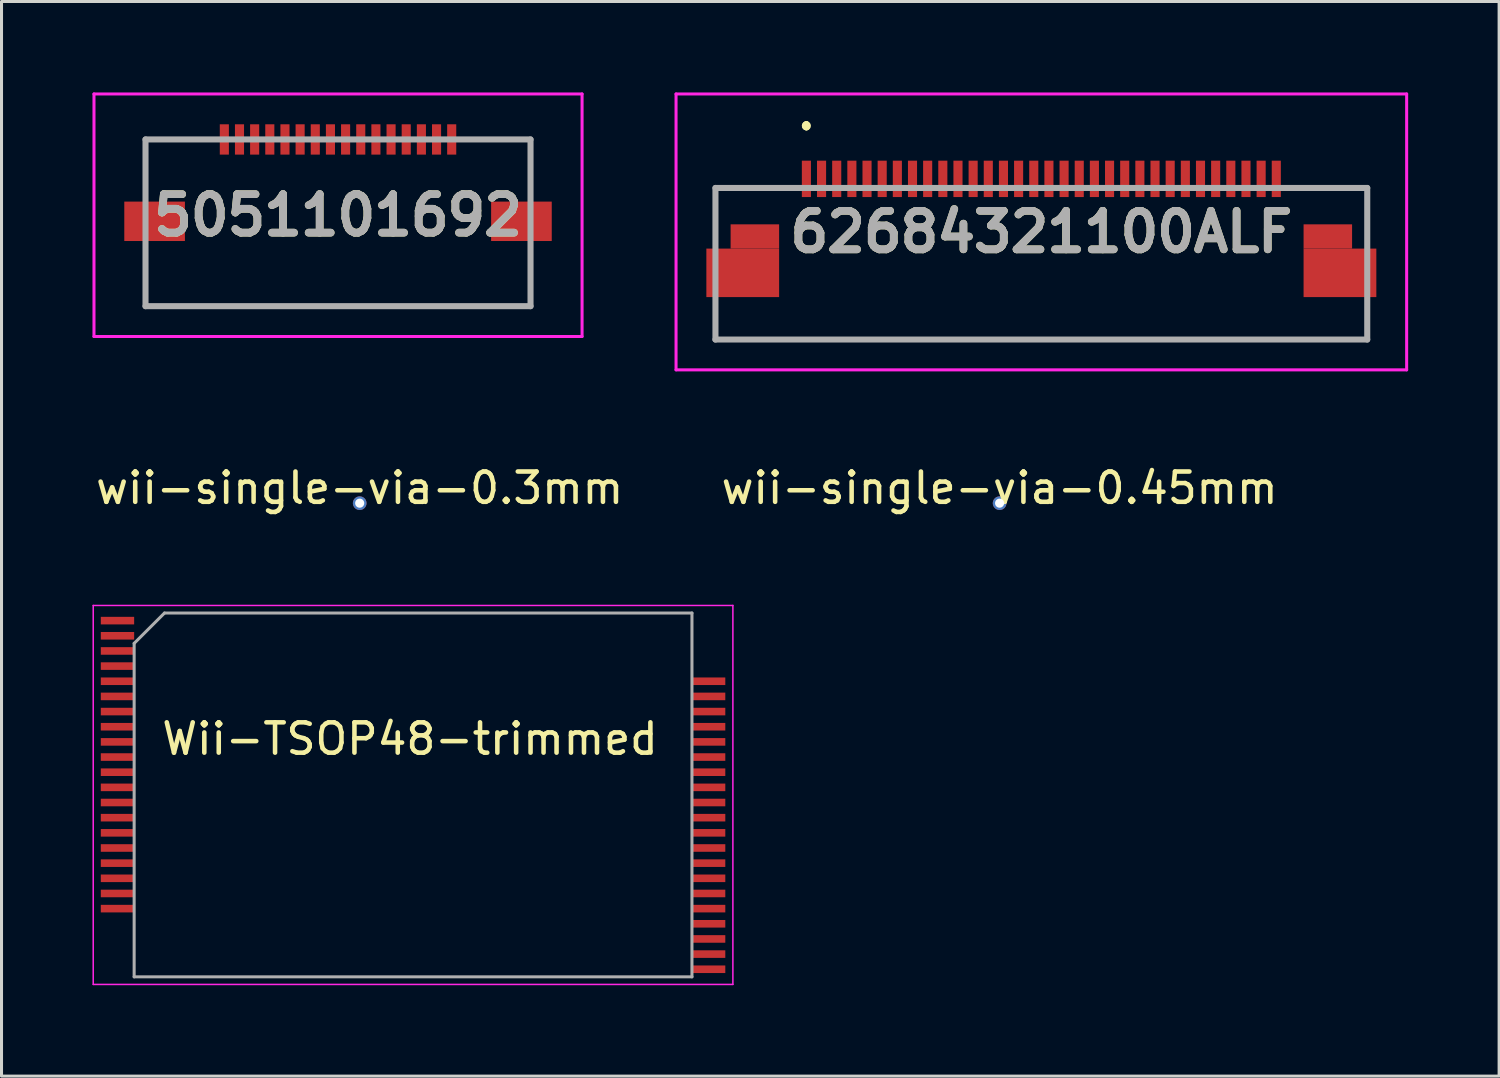
<source format=kicad_pcb>
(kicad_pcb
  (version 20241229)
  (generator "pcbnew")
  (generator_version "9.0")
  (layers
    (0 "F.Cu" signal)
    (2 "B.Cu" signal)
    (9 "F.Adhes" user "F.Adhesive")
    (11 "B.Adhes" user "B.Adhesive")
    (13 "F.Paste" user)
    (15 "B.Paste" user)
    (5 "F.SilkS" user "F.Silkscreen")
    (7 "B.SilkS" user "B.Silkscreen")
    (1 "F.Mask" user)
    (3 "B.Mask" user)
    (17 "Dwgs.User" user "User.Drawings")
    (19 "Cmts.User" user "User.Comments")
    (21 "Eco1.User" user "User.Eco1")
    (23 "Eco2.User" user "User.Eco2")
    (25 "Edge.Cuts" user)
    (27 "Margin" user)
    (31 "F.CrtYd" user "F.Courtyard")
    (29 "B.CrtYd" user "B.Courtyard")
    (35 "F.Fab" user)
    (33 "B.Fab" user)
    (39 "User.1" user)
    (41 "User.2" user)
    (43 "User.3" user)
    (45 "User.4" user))
  (footprint "62684321100ALF"
    (layer "F.Cu")
    (at 31.3 4.6)
    (property "Reference" "62684321100ALF" (at 0 0 0) (layer "F.SilkS") (effects (font (size 1.27 1.27) (thickness 0.254))))
    (attr smd)
    (fp_line (start -10.75 -1.45) (end -10.75 -1.45) (stroke (width 0.1) (type solid)) (layer "F.SilkS"))
    (fp_line (start -10.75 -1.45) (end -10.75 -1.45) (stroke (width 0.1) (type solid)) (layer "F.SilkS"))
    (fp_line (start -10.75 -1.45) (end -10.75 -0.15) (stroke (width 0.1) (type solid)) (layer "F.SilkS"))
    (fp_line (start -10.75 -1.45) (end -8.5 -1.45) (stroke (width 0.1) (type solid)) (layer "F.SilkS"))
    (fp_line (start -10.75 -0.15) (end -10.75 -1.45) (stroke (width 0.1) (type solid)) (layer "F.SilkS"))
    (fp_line (start -10.75 -0.15) (end -10.75 -0.15) (stroke (width 0.1) (type solid)) (layer "F.SilkS"))
    (fp_line (start -10.75 2.85) (end -10.75 2.85) (stroke (width 0.1) (type solid)) (layer "F.SilkS"))
    (fp_line (start -10.75 2.85) (end -10.75 3.55) (stroke (width 0.1) (type solid)) (layer "F.SilkS"))
    (fp_line (start -10.75 3.55) (end -10.75 2.85) (stroke (width 0.1) (type solid)) (layer "F.SilkS"))
    (fp_line (start -10.75 3.55) (end -10.75 3.55) (stroke (width 0.1) (type solid)) (layer "F.SilkS"))
    (fp_line (start -10.75 3.55) (end -10.75 3.55) (stroke (width 0.1) (type solid)) (layer "F.SilkS"))
    (fp_line (start -10.75 3.55) (end 10.75 3.55) (stroke (width 0.1) (type solid)) (layer "F.SilkS"))
    (fp_line (start -8.5 -1.45) (end -10.75 -1.45) (stroke (width 0.1) (type solid)) (layer "F.SilkS"))
    (fp_line (start -8.5 -1.45) (end -8.5 -1.45) (stroke (width 0.1) (type solid)) (layer "F.SilkS"))
    (fp_line (start -7.75 -3.55) (end -7.75 -3.55) (stroke (width 0.2) (type solid)) (layer "F.SilkS"))
    (fp_line (start -7.75 -3.55) (end -7.75 -3.55) (stroke (width 0.2) (type solid)) (layer "F.SilkS"))
    (fp_line (start -7.75 -3.45) (end -7.75 -3.45) (stroke (width 0.2) (type solid)) (layer "F.SilkS"))
    (fp_line (start 8.5 -1.45) (end 8.5 -1.45) (stroke (width 0.1) (type solid)) (layer "F.SilkS"))
    (fp_line (start 8.5 -1.45) (end 10.75 -1.45) (stroke (width 0.1) (type solid)) (layer "F.SilkS"))
    (fp_line (start 10.75 -1.45) (end 8.5 -1.45) (stroke (width 0.1) (type solid)) (layer "F.SilkS"))
    (fp_line (start 10.75 -1.45) (end 10.75 -1.45) (stroke (width 0.1) (type solid)) (layer "F.SilkS"))
    (fp_line (start 10.75 -1.45) (end 10.75 -1.45) (stroke (width 0.1) (type solid)) (layer "F.SilkS"))
    (fp_line (start 10.75 -1.45) (end 10.75 -0.15) (stroke (width 0.1) (type solid)) (layer "F.SilkS"))
    (fp_line (start 10.75 -0.15) (end 10.75 -1.45) (stroke (width 0.1) (type solid)) (layer "F.SilkS"))
    (fp_line (start 10.75 -0.15) (end 10.75 -0.15) (stroke (width 0.1) (type solid)) (layer "F.SilkS"))
    (fp_line (start 10.75 2.85) (end 10.75 2.85) (stroke (width 0.1) (type solid)) (layer "F.SilkS"))
    (fp_line (start 10.75 2.85) (end 10.75 3.55) (stroke (width 0.1) (type solid)) (layer "F.SilkS"))
    (fp_line (start 10.75 3.55) (end -10.75 3.55) (stroke (width 0.1) (type solid)) (layer "F.SilkS"))
    (fp_line (start 10.75 3.55) (end 10.75 2.85) (stroke (width 0.1) (type solid)) (layer "F.SilkS"))
    (fp_line (start 10.75 3.55) (end 10.75 3.55) (stroke (width 0.1) (type solid)) (layer "F.SilkS"))
    (fp_line (start 10.75 3.55) (end 10.75 3.55) (stroke (width 0.1) (type solid)) (layer "F.SilkS"))
    (fp_arc (start -7.75 -3.55) (mid -7.7 -3.5) (end -7.75 -3.45) (stroke (width 0.2) (type solid)) (layer "F.SilkS"))
    (fp_arc (start -7.75 -3.45) (mid -7.8 -3.5) (end -7.75 -3.55) (stroke (width 0.2) (type solid)) (layer "F.SilkS"))
    (fp_arc (start -7.75 -3.45) (mid -7.8 -3.5) (end -7.75 -3.55) (stroke (width 0.2) (type solid)) (layer "F.SilkS"))
    (fp_line (start -12.05 -4.55) (end 12.05 -4.55) (stroke (width 0.1) (type solid)) (layer "F.CrtYd"))
    (fp_line (start -12.05 4.55) (end -12.05 -4.55) (stroke (width 0.1) (type solid)) (layer "F.CrtYd"))
    (fp_line (start 12.05 -4.55) (end 12.05 4.55) (stroke (width 0.1) (type solid)) (layer "F.CrtYd"))
    (fp_line (start 12.05 4.55) (end -12.05 4.55) (stroke (width 0.1) (type solid)) (layer "F.CrtYd"))
    (fp_line (start -10.75 -1.45) (end -10.75 3.55) (stroke (width 0.2) (type solid)) (layer "F.Fab"))
    (fp_line (start -10.75 3.55) (end 10.75 3.55) (stroke (width 0.2) (type solid)) (layer "F.Fab"))
    (fp_line (start 10.75 -1.45) (end -10.75 -1.45) (stroke (width 0.2) (type solid)) (layer "F.Fab"))
    (fp_line (start 10.75 3.55) (end 10.75 -1.45) (stroke (width 0.2) (type solid)) (layer "F.Fab"))
    (fp_text user "${REFERENCE}" (at 0 0 0) (layer "F.Fab") (effects (font (size 1.27 1.27) (thickness 0.254))))
    (pad "1" smd rect (at -7.75 -1.75) (size 0.3 1.2) (layers "F.Cu" "F.Mask" "F.Paste"))
    (pad "2" smd rect (at -7.25 -1.75) (size 0.3 1.2) (layers "F.Cu" "F.Mask" "F.Paste"))
    (pad "3" smd rect (at -6.75 -1.75) (size 0.3 1.2) (layers "F.Cu" "F.Mask" "F.Paste"))
    (pad "4" smd rect (at -6.25 -1.75) (size 0.3 1.2) (layers "F.Cu" "F.Mask" "F.Paste"))
    (pad "5" smd rect (at -5.75 -1.75) (size 0.3 1.2) (layers "F.Cu" "F.Mask" "F.Paste"))
    (pad "6" smd rect (at -5.25 -1.75) (size 0.3 1.2) (layers "F.Cu" "F.Mask" "F.Paste"))
    (pad "7" smd rect (at -4.75 -1.75) (size 0.3 1.2) (layers "F.Cu" "F.Mask" "F.Paste"))
    (pad "8" smd rect (at -4.25 -1.75) (size 0.3 1.2) (layers "F.Cu" "F.Mask" "F.Paste"))
    (pad "9" smd rect (at -3.75 -1.75) (size 0.3 1.2) (layers "F.Cu" "F.Mask" "F.Paste"))
    (pad "10" smd rect (at -3.25 -1.75) (size 0.3 1.2) (layers "F.Cu" "F.Mask" "F.Paste"))
    (pad "11" smd rect (at -2.75 -1.75) (size 0.3 1.2) (layers "F.Cu" "F.Mask" "F.Paste"))
    (pad "12" smd rect (at -2.25 -1.75) (size 0.3 1.2) (layers "F.Cu" "F.Mask" "F.Paste"))
    (pad "13" smd rect (at -1.75 -1.75) (size 0.3 1.2) (layers "F.Cu" "F.Mask" "F.Paste"))
    (pad "14" smd rect (at -1.25 -1.75) (size 0.3 1.2) (layers "F.Cu" "F.Mask" "F.Paste"))
    (pad "15" smd rect (at -0.75 -1.75) (size 0.3 1.2) (layers "F.Cu" "F.Mask" "F.Paste"))
    (pad "16" smd rect (at -0.25 -1.75) (size 0.3 1.2) (layers "F.Cu" "F.Mask" "F.Paste"))
    (pad "17" smd rect (at 0.25 -1.75) (size 0.3 1.2) (layers "F.Cu" "F.Mask" "F.Paste"))
    (pad "18" smd rect (at 0.75 -1.75) (size 0.3 1.2) (layers "F.Cu" "F.Mask" "F.Paste"))
    (pad "19" smd rect (at 1.25 -1.75) (size 0.3 1.2) (layers "F.Cu" "F.Mask" "F.Paste"))
    (pad "20" smd rect (at 1.75 -1.75) (size 0.3 1.2) (layers "F.Cu" "F.Mask" "F.Paste"))
    (pad "21" smd rect (at 2.25 -1.75) (size 0.3 1.2) (layers "F.Cu" "F.Mask" "F.Paste"))
    (pad "22" smd rect (at 2.75 -1.75) (size 0.3 1.2) (layers "F.Cu" "F.Mask" "F.Paste"))
    (pad "23" smd rect (at 3.25 -1.75) (size 0.3 1.2) (layers "F.Cu" "F.Mask" "F.Paste"))
    (pad "24" smd rect (at 3.75 -1.75) (size 0.3 1.2) (layers "F.Cu" "F.Mask" "F.Paste"))
    (pad "25" smd rect (at 4.25 -1.75) (size 0.3 1.2) (layers "F.Cu" "F.Mask" "F.Paste"))
    (pad "26" smd rect (at 4.75 -1.75) (size 0.3 1.2) (layers "F.Cu" "F.Mask" "F.Paste"))
    (pad "27" smd rect (at 5.25 -1.75) (size 0.3 1.2) (layers "F.Cu" "F.Mask" "F.Paste"))
    (pad "28" smd rect (at 5.75 -1.75) (size 0.3 1.2) (layers "F.Cu" "F.Mask" "F.Paste"))
    (pad "29" smd rect (at 6.25 -1.75) (size 0.3 1.2) (layers "F.Cu" "F.Mask" "F.Paste"))
    (pad "30" smd rect (at 6.75 -1.75) (size 0.3 1.2) (layers "F.Cu" "F.Mask" "F.Paste"))
    (pad "31" smd rect (at 7.25 -1.75) (size 0.3 1.2) (layers "F.Cu" "F.Mask" "F.Paste"))
    (pad "32" smd rect (at 7.75 -1.75) (size 0.3 1.2) (layers "F.Cu" "F.Mask" "F.Paste"))
    (pad "MP1" smd rect (at -9.85 1.35 90) (size 1.6 2.4) (layers "F.Cu" "F.Mask" "F.Paste"))
    (pad "MP2" smd rect (at -9.45 0.15 90) (size 0.8 1.6) (layers "F.Cu" "F.Mask" "F.Paste"))
    (pad "MP3" smd rect (at 9.85 1.35 90) (size 1.6 2.4) (layers "F.Cu" "F.Mask" "F.Paste"))
    (pad "MP4" smd rect (at 9.45 0.15 90) (size 0.8 1.6) (layers "F.Cu" "F.Mask" "F.Paste")))
  (footprint "5051101692"
    (layer "F.Cu")
    (at 8.1 4.3)
    (property "Reference" "5051101692" (at 0 -0.25 0) (layer "F.SilkS") (effects (font (size 1.27 1.27) (thickness 0.254))))
    (attr smd)
    (fp_line (start -6.35 -2.75) (end -4.5 -2.75) (stroke (width 0.1) (type solid)) (layer "F.SilkS"))
    (fp_line (start -6.35 -1.5) (end -6.35 -2.75) (stroke (width 0.1) (type solid)) (layer "F.SilkS"))
    (fp_line (start -6.35 1.5) (end -6.35 2.75) (stroke (width 0.1) (type solid)) (layer "F.SilkS"))
    (fp_line (start -6.35 2.75) (end 6.35 2.75) (stroke (width 0.1) (type solid)) (layer "F.SilkS"))
    (fp_line (start 4.5 -2.75) (end 6.35 -2.75) (stroke (width 0.1) (type solid)) (layer "F.SilkS"))
    (fp_line (start 6.35 -2.75) (end 6.35 -1.5) (stroke (width 0.1) (type solid)) (layer "F.SilkS"))
    (fp_line (start 6.35 2.75) (end 6.35 1.5) (stroke (width 0.1) (type solid)) (layer "F.SilkS"))
    (fp_line (start -8.05 -4.25) (end 8.05 -4.25) (stroke (width 0.1) (type solid)) (layer "F.CrtYd"))
    (fp_line (start -8.05 3.75) (end -8.05 -4.25) (stroke (width 0.1) (type solid)) (layer "F.CrtYd"))
    (fp_line (start 8.05 -4.25) (end 8.05 3.75) (stroke (width 0.1) (type solid)) (layer "F.CrtYd"))
    (fp_line (start 8.05 3.75) (end -8.05 3.75) (stroke (width 0.1) (type solid)) (layer "F.CrtYd"))
    (fp_line (start -6.35 -2.75) (end 6.35 -2.75) (stroke (width 0.2) (type solid)) (layer "F.Fab"))
    (fp_line (start -6.35 2.75) (end -6.35 -2.75) (stroke (width 0.2) (type solid)) (layer "F.Fab"))
    (fp_line (start 6.35 -2.75) (end 6.35 2.75) (stroke (width 0.2) (type solid)) (layer "F.Fab"))
    (fp_line (start 6.35 2.75) (end -6.35 2.75) (stroke (width 0.2) (type solid)) (layer "F.Fab"))
    (fp_text user "${REFERENCE}" (at 0 -0.25 0) (layer "F.Fab") (effects (font (size 1.27 1.27) (thickness 0.254))))
    (pad "1" smd rect (at -3.75 -2.75) (size 0.3 1) (layers "F.Cu" "F.Mask" "F.Paste"))
    (pad "2" smd rect (at -3.25 -2.75) (size 0.3 1) (layers "F.Cu" "F.Mask" "F.Paste"))
    (pad "3" smd rect (at -2.75 -2.75) (size 0.3 1) (layers "F.Cu" "F.Mask" "F.Paste"))
    (pad "4" smd rect (at -2.25 -2.75) (size 0.3 1) (layers "F.Cu" "F.Mask" "F.Paste"))
    (pad "5" smd rect (at -1.75 -2.75) (size 0.3 1) (layers "F.Cu" "F.Mask" "F.Paste"))
    (pad "6" smd rect (at -1.25 -2.75) (size 0.3 1) (layers "F.Cu" "F.Mask" "F.Paste"))
    (pad "7" smd rect (at -0.75 -2.75) (size 0.3 1) (layers "F.Cu" "F.Mask" "F.Paste"))
    (pad "8" smd rect (at -0.25 -2.75) (size 0.3 1) (layers "F.Cu" "F.Mask" "F.Paste"))
    (pad "9" smd rect (at 0.25 -2.75) (size 0.3 1) (layers "F.Cu" "F.Mask" "F.Paste"))
    (pad "10" smd rect (at 0.75 -2.75) (size 0.3 1) (layers "F.Cu" "F.Mask" "F.Paste"))
    (pad "11" smd rect (at 1.25 -2.75) (size 0.3 1) (layers "F.Cu" "F.Mask" "F.Paste"))
    (pad "12" smd rect (at 1.75 -2.75) (size 0.3 1) (layers "F.Cu" "F.Mask" "F.Paste"))
    (pad "13" smd rect (at 2.25 -2.75) (size 0.3 1) (layers "F.Cu" "F.Mask" "F.Paste"))
    (pad "14" smd rect (at 2.75 -2.75) (size 0.3 1) (layers "F.Cu" "F.Mask" "F.Paste"))
    (pad "15" smd rect (at 3.25 -2.75) (size 0.3 1) (layers "F.Cu" "F.Mask" "F.Paste"))
    (pad "16" smd rect (at 3.75 -2.75) (size 0.3 1) (layers "F.Cu" "F.Mask" "F.Paste"))
    (pad "MP1" smd rect (at -6.05 -0.05 90) (size 1.3 2) (layers "F.Cu" "F.Mask" "F.Paste"))
    (pad "MP2" smd rect (at 6.05 -0.05 90) (size 1.3 2) (layers "F.Cu" "F.Mask" "F.Paste")))
  (footprint "wii-single-via-0.3mm"
    (layer "F.Cu")
    (at 8.815 13.548)
    (property "Reference" "wii-single-via-0.3mm" (at 0 -0.5 0) (unlocked yes) (layer "F.SilkS") (effects (font (size 1 1) (thickness 0.15))))
    (pad "1" thru_hole circle (at 0 0 270) (size 0.45 0.45) (drill 0.3) (layers "*.Cu" "*.Mask")))
  (footprint "Wii-TSOP48-trimmed"
    (layer "F.Cu")
    (at 10.575 23.172)
    (property "Reference" "Wii-TSOP48-trimmed" (at -0.1 -1.85 180) (layer "F.SilkS") (effects (font (size 1 1) (thickness 0.15))))
    (attr smd)
    (fp_line (start -10.55 -6.25) (end 10.55 -6.25) (stroke (width 0.05) (type solid)) (layer "F.CrtYd"))
    (fp_line (start -10.55 6.25) (end -10.55 -6.25) (stroke (width 0.05) (type solid)) (layer "F.CrtYd"))
    (fp_line (start 10.55 -6.25) (end 10.55 6.25) (stroke (width 0.05) (type solid)) (layer "F.CrtYd"))
    (fp_line (start 10.55 6.25) (end -10.55 6.25) (stroke (width 0.05) (type solid)) (layer "F.CrtYd"))
    (fp_line (start -9.2 6) (end -9.2 -5) (stroke (width 0.1) (type solid)) (layer "F.Fab"))
    (fp_line (start -8.2 -6) (end -9.2 -5) (stroke (width 0.1) (type solid)) (layer "F.Fab"))
    (fp_line (start -8.2 -6) (end 9.2 -6) (stroke (width 0.1) (type solid)) (layer "F.Fab"))
    (fp_line (start 9.2 -6) (end 9.2 6) (stroke (width 0.1) (type solid)) (layer "F.Fab"))
    (fp_line (start 9.2 6) (end -9.2 6) (stroke (width 0.1) (type solid)) (layer "F.Fab"))
    (pad "1" smd rect (at -9.75 -5.75) (size 1.1 0.25) (layers "F.Cu" "F.Mask" "F.Paste"))
    (pad "2" smd rect (at -9.75 -5.25) (size 1.1 0.25) (layers "F.Cu" "F.Mask" "F.Paste"))
    (pad "3" smd rect (at -9.75 -4.75) (size 1.1 0.25) (layers "F.Cu" "F.Mask" "F.Paste"))
    (pad "4" smd rect (at -9.75 -4.25) (size 1.1 0.25) (layers "F.Cu" "F.Mask" "F.Paste"))
    (pad "5" smd rect (at -9.75 -3.75) (size 1.1 0.25) (layers "F.Cu" "F.Mask" "F.Paste"))
    (pad "6" smd rect (at -9.75 -3.25) (size 1.1 0.25) (layers "F.Cu" "F.Mask" "F.Paste"))
    (pad "7" smd rect (at -9.75 -2.75) (size 1.1 0.25) (layers "F.Cu" "F.Mask" "F.Paste"))
    (pad "8" smd rect (at -9.75 -2.25) (size 1.1 0.25) (layers "F.Cu" "F.Mask" "F.Paste"))
    (pad "9" smd rect (at -9.75 -1.75) (size 1.1 0.25) (layers "F.Cu" "F.Mask" "F.Paste"))
    (pad "10" smd rect (at -9.75 -1.25) (size 1.1 0.25) (layers "F.Cu" "F.Mask" "F.Paste"))
    (pad "11" smd rect (at -9.75 -0.75) (size 1.1 0.25) (layers "F.Cu" "F.Mask" "F.Paste"))
    (pad "12" smd rect (at -9.75 -0.25) (size 1.1 0.25) (layers "F.Cu" "F.Mask" "F.Paste"))
    (pad "13" smd rect (at -9.75 0.25) (size 1.1 0.25) (layers "F.Cu" "F.Mask" "F.Paste"))
    (pad "14" smd rect (at -9.75 0.75) (size 1.1 0.25) (layers "F.Cu" "F.Mask" "F.Paste"))
    (pad "15" smd rect (at -9.75 1.25) (size 1.1 0.25) (layers "F.Cu" "F.Mask" "F.Paste"))
    (pad "16" smd rect (at -9.75 1.75) (size 1.1 0.25) (layers "F.Cu" "F.Mask" "F.Paste"))
    (pad "17" smd rect (at -9.75 2.25) (size 1.1 0.25) (layers "F.Cu" "F.Mask" "F.Paste"))
    (pad "18" smd rect (at -9.75 2.75) (size 1.1 0.25) (layers "F.Cu" "F.Mask" "F.Paste"))
    (pad "19" smd rect (at -9.75 3.25) (size 1.1 0.25) (layers "F.Cu" "F.Mask" "F.Paste"))
    (pad "20" smd rect (at -9.75 3.75) (size 1.1 0.25) (layers "F.Cu" "F.Mask" "F.Paste"))
    (pad "25" smd rect (at 9.75 5.75) (size 1.1 0.25) (layers "F.Cu" "F.Mask" "F.Paste"))
    (pad "26" smd rect (at 9.75 5.25) (size 1.1 0.25) (layers "F.Cu" "F.Mask" "F.Paste"))
    (pad "27" smd rect (at 9.75 4.75) (size 1.1 0.25) (layers "F.Cu" "F.Mask" "F.Paste"))
    (pad "28" smd rect (at 9.75 4.25) (size 1.1 0.25) (layers "F.Cu" "F.Mask" "F.Paste"))
    (pad "29" smd rect (at 9.75 3.75) (size 1.1 0.25) (layers "F.Cu" "F.Mask" "F.Paste"))
    (pad "30" smd rect (at 9.75 3.25) (size 1.1 0.25) (layers "F.Cu" "F.Mask" "F.Paste"))
    (pad "31" smd rect (at 9.75 2.75) (size 1.1 0.25) (layers "F.Cu" "F.Mask" "F.Paste"))
    (pad "32" smd rect (at 9.75 2.25) (size 1.1 0.25) (layers "F.Cu" "F.Mask" "F.Paste"))
    (pad "33" smd rect (at 9.75 1.75) (size 1.1 0.25) (layers "F.Cu" "F.Mask" "F.Paste"))
    (pad "34" smd rect (at 9.75 1.25) (size 1.1 0.25) (layers "F.Cu" "F.Mask" "F.Paste"))
    (pad "35" smd rect (at 9.75 0.75) (size 1.1 0.25) (layers "F.Cu" "F.Mask" "F.Paste"))
    (pad "36" smd rect (at 9.75 0.25) (size 1.1 0.25) (layers "F.Cu" "F.Mask" "F.Paste"))
    (pad "37" smd rect (at 9.75 -0.25) (size 1.1 0.25) (layers "F.Cu" "F.Mask" "F.Paste"))
    (pad "38" smd rect (at 9.75 -0.75) (size 1.1 0.25) (layers "F.Cu" "F.Mask" "F.Paste"))
    (pad "39" smd rect (at 9.75 -1.25) (size 1.1 0.25) (layers "F.Cu" "F.Mask" "F.Paste"))
    (pad "40" smd rect (at 9.75 -1.75) (size 1.1 0.25) (layers "F.Cu" "F.Mask" "F.Paste"))
    (pad "41" smd rect (at 9.75 -2.25) (size 1.1 0.25) (layers "F.Cu" "F.Mask" "F.Paste"))
    (pad "42" smd rect (at 9.75 -2.75) (size 1.1 0.25) (layers "F.Cu" "F.Mask" "F.Paste"))
    (pad "43" smd rect (at 9.75 -3.25) (size 1.1 0.25) (layers "F.Cu" "F.Mask" "F.Paste"))
    (pad "44" smd rect (at 9.75 -3.75) (size 1.1 0.25) (layers "F.Cu" "F.Mask" "F.Paste")))
  (footprint "wii-single-via-0.45mm"
    (layer "F.Cu")
    (at 29.923 13.548)
    (property "Reference" "wii-single-via-0.45mm" (at 0 -0.5 0) (unlocked yes) (layer "F.SilkS") (effects (font (size 1 1) (thickness 0.15))))
    (pad "1" thru_hole circle (at 0 0 270) (size 0.45 0.45) (drill 0.3) (layers "*.Cu" "*.Mask")))
  (gr_rect
    (start -3 -3)
    (end 46.4 32.447)
    (stroke (width 0.1) (type default))
    (fill no)
    (layer "Edge.Cuts")))
</source>
